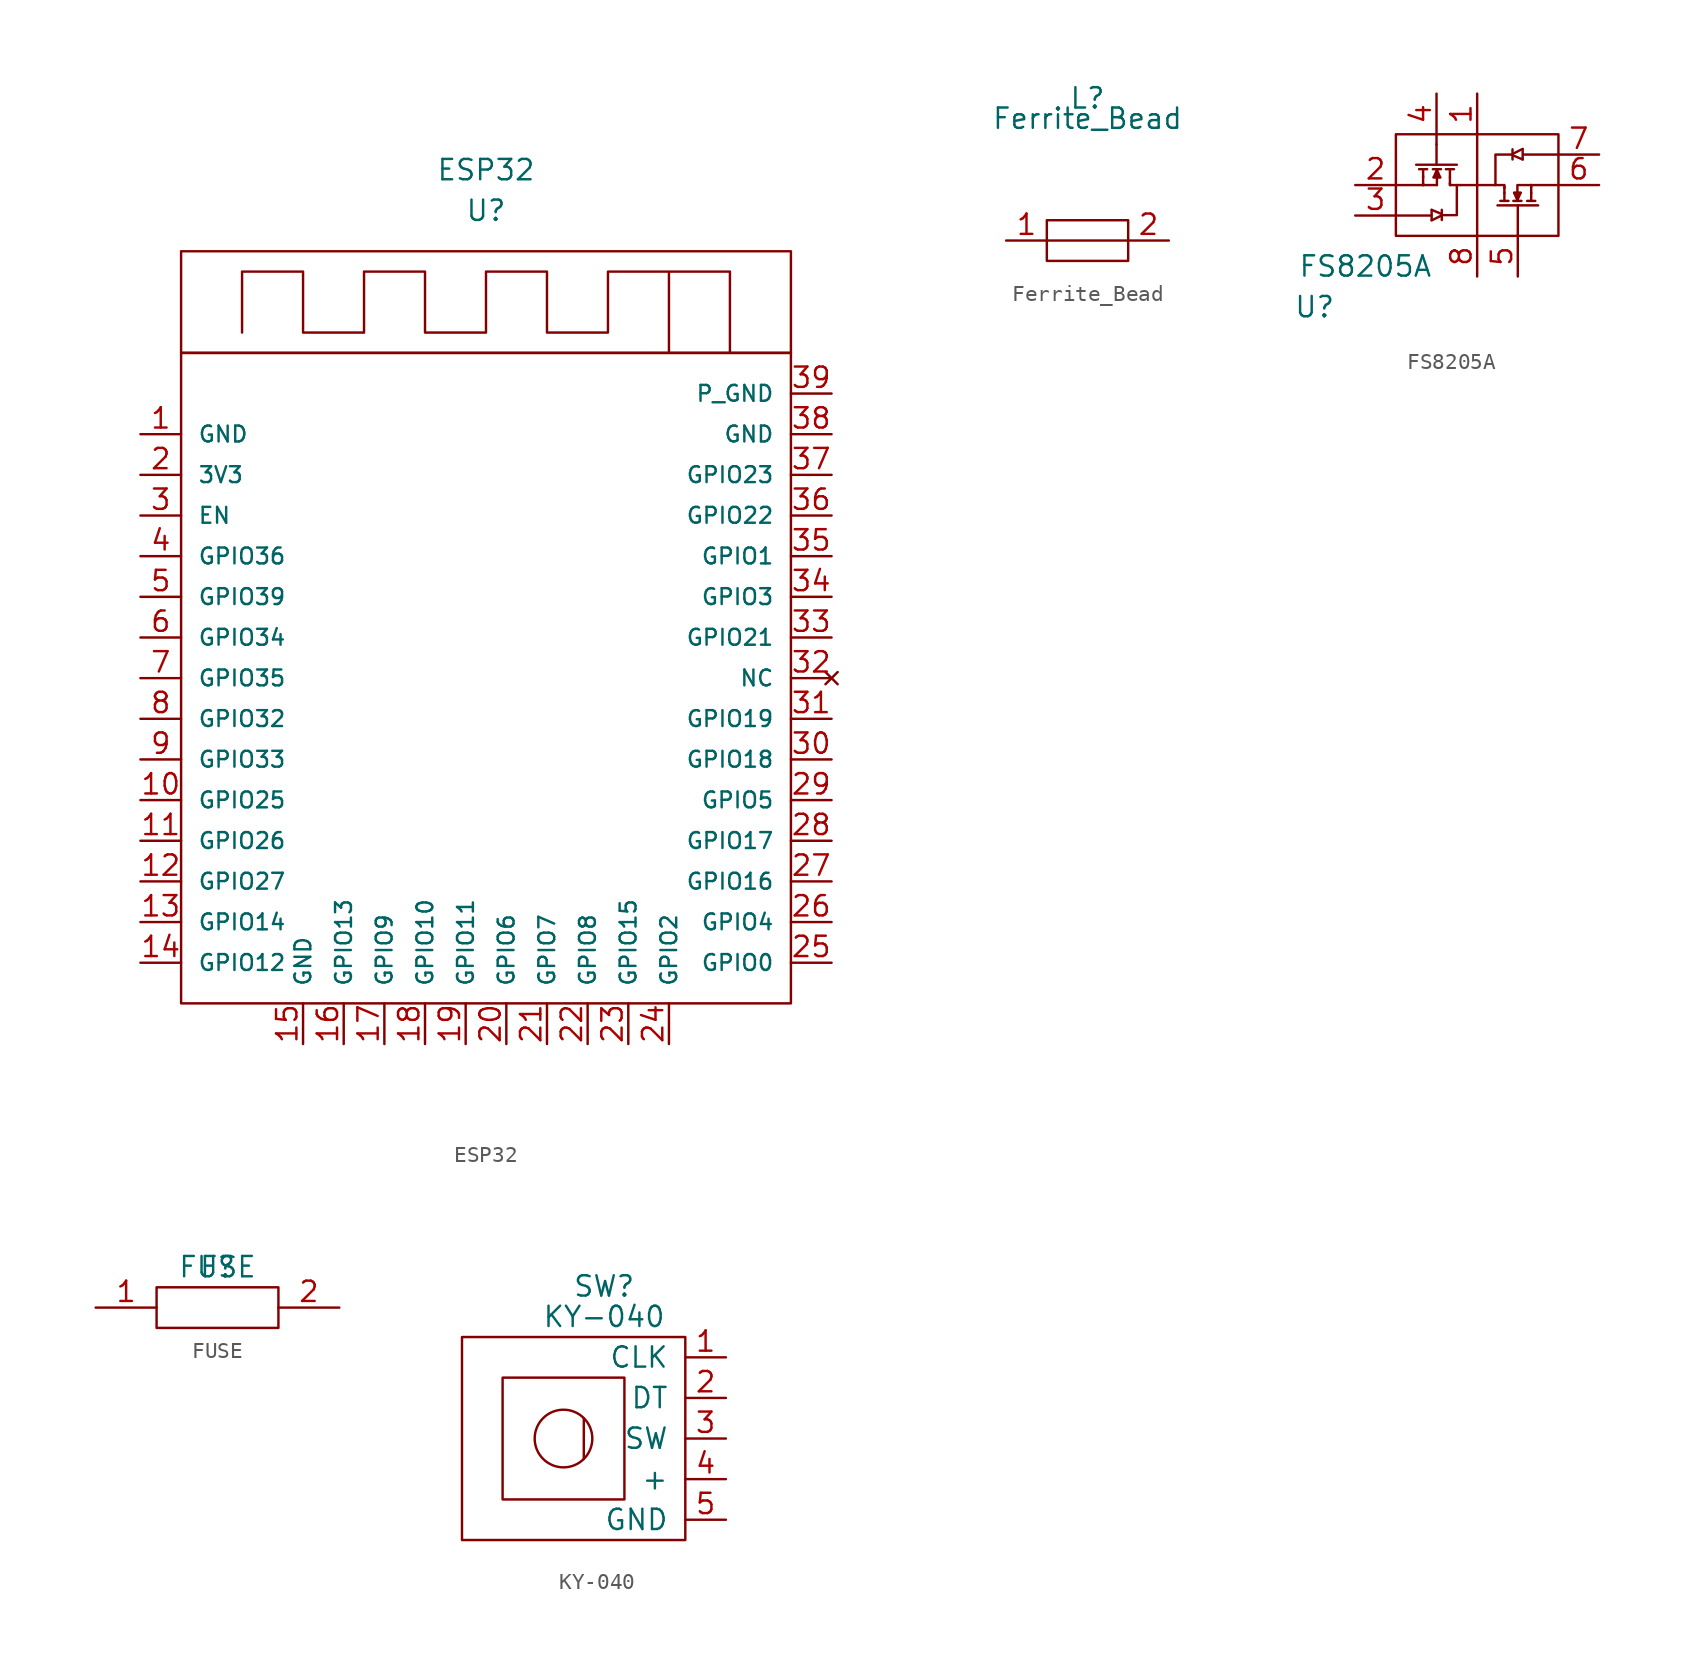
<source format=kicad_sym>
(kicad_symbol_lib
  (version 20231120)
  (generator "kicad_symbol_editor")
  (generator_version "8.0")
  (symbol "ESP32"
    (pin_names
      (offset 1.016))
    (property "Reference" "U"
      (at 0 27.94 0)
      (effects (font (size 1.27 1.27))))
    (property "Value" "ESP32"
      (at 0 30.48 0)
      (effects (font (size 1.27 1.27))))
    (symbol "ESP32_0_1"
      (rectangle (start -19.05 19.05) (end 19.05 -21.59) (stroke (width 0) (type default)) (fill (type none)))
      (rectangle (start -19.05 19.05) (end 19.05 25.4) (stroke (width 0) (type default)) (fill (type none)))
      (polyline (pts (xy 15.24 19.05) (xy 15.24 24.13) (xy 11.43 24.13) (xy 11.43 19.05) (xy 11.43 24.13) (xy 7.62 24.13) (xy 7.62 20.32) (xy 3.81 20.32) (xy 3.81 24.13) (xy 0 24.13) (xy 0 20.32) (xy -3.81 20.32) (xy -3.81 24.13) (xy -7.62 24.13) (xy -7.62 20.32) (xy -11.43 20.32) (xy -11.43 24.13) (xy -15.24 24.13) (xy -15.24 20.32)) (stroke (width 0) (type default)) (fill (type none))))
    (symbol "ESP32_1_1"
      (pin bidirectional line (at -21.59 13.97 0) (length 2.54) (name "GND" (effects (font (size 0.991 0.991)))) (number "1" (effects (font (size 1.27 1.27)))))
      (pin bidirectional line (at -21.59 -8.89 0) (length 2.54) (name "GPIO25" (effects (font (size 0.991 0.991)))) (number "10" (effects (font (size 1.27 1.27)))))
      (pin bidirectional line (at -21.59 -11.43 0) (length 2.54) (name "GPIO26" (effects (font (size 0.991 0.991)))) (number "11" (effects (font (size 1.27 1.27)))))
      (pin bidirectional line (at -21.59 -13.97 0) (length 2.54) (name "GPIO27" (effects (font (size 0.991 0.991)))) (number "12" (effects (font (size 1.27 1.27)))))
      (pin bidirectional line (at -21.59 -16.51 0) (length 2.54) (name "GPIO14" (effects (font (size 0.991 0.991)))) (number "13" (effects (font (size 1.27 1.27)))))
      (pin bidirectional line (at -21.59 -19.05 0) (length 2.54) (name "GPIO12" (effects (font (size 0.991 0.991)))) (number "14" (effects (font (size 1.27 1.27)))))
      (pin bidirectional line (at -11.43 -24.13 90) (length 2.54) (name "GND" (effects (font (size 0.991 0.991)))) (number "15" (effects (font (size 1.27 1.27)))))
      (pin bidirectional line (at -8.89 -24.13 90) (length 2.54) (name "GPIO13" (effects (font (size 0.991 0.991)))) (number "16" (effects (font (size 1.27 1.27)))))
      (pin bidirectional line (at -6.35 -24.13 90) (length 2.54) (name "GPIO9" (effects (font (size 0.991 0.991)))) (number "17" (effects (font (size 1.27 1.27)))))
      (pin bidirectional line (at -3.81 -24.13 90) (length 2.54) (name "GPIO10" (effects (font (size 0.991 0.991)))) (number "18" (effects (font (size 1.27 1.27)))))
      (pin bidirectional line (at -1.27 -24.13 90) (length 2.54) (name "GPIO11" (effects (font (size 0.991 0.991)))) (number "19" (effects (font (size 1.27 1.27)))))
      (pin bidirectional line (at -21.59 11.43 0) (length 2.54) (name "3V3" (effects (font (size 0.991 0.991)))) (number "2" (effects (font (size 1.27 1.27)))))
      (pin bidirectional line (at 1.27 -24.13 90) (length 2.54) (name "GPIO6" (effects (font (size 0.991 0.991)))) (number "20" (effects (font (size 1.27 1.27)))))
      (pin bidirectional line (at 3.81 -24.13 90) (length 2.54) (name "GPIO7" (effects (font (size 0.991 0.991)))) (number "21" (effects (font (size 1.27 1.27)))))
      (pin bidirectional line (at 6.35 -24.13 90) (length 2.54) (name "GPIO8" (effects (font (size 0.991 0.991)))) (number "22" (effects (font (size 1.27 1.27)))))
      (pin bidirectional line (at 8.89 -24.13 90) (length 2.54) (name "GPIO15" (effects (font (size 0.991 0.991)))) (number "23" (effects (font (size 1.27 1.27)))))
      (pin bidirectional line (at 11.43 -24.13 90) (length 2.54) (name "GPIO2" (effects (font (size 0.991 0.991)))) (number "24" (effects (font (size 1.27 1.27)))))
      (pin bidirectional line (at 21.59 -19.05 180) (length 2.54) (name "GPIO0" (effects (font (size 0.991 0.991)))) (number "25" (effects (font (size 1.27 1.27)))))
      (pin bidirectional line (at 21.59 -16.51 180) (length 2.54) (name "GPIO4" (effects (font (size 0.991 0.991)))) (number "26" (effects (font (size 1.27 1.27)))))
      (pin bidirectional line (at 21.59 -13.97 180) (length 2.54) (name "GPIO16" (effects (font (size 0.991 0.991)))) (number "27" (effects (font (size 1.27 1.27)))))
      (pin bidirectional line (at 21.59 -11.43 180) (length 2.54) (name "GPIO17" (effects (font (size 0.991 0.991)))) (number "28" (effects (font (size 1.27 1.27)))))
      (pin bidirectional line (at 21.59 -8.89 180) (length 2.54) (name "GPIO5" (effects (font (size 0.991 0.991)))) (number "29" (effects (font (size 1.27 1.27)))))
      (pin bidirectional line (at -21.59 8.89 0) (length 2.54) (name "EN" (effects (font (size 0.991 0.991)))) (number "3" (effects (font (size 1.27 1.27)))))
      (pin bidirectional line (at 21.59 -6.35 180) (length 2.54) (name "GPIO18" (effects (font (size 0.991 0.991)))) (number "30" (effects (font (size 1.27 1.27)))))
      (pin bidirectional line (at 21.59 -3.81 180) (length 2.54) (name "GPIO19" (effects (font (size 0.991 0.991)))) (number "31" (effects (font (size 1.27 1.27)))))
      (pin no_connect line (at 21.59 -1.27 180) (length 2.54) (name "NC" (effects (font (size 0.991 0.991)))) (number "32" (effects (font (size 1.27 1.27)))))
      (pin bidirectional line (at 21.59 1.27 180) (length 2.54) (name "GPIO21" (effects (font (size 0.991 0.991)))) (number "33" (effects (font (size 1.27 1.27)))))
      (pin input line (at 21.59 3.81 180) (length 2.54) (name "GPIO3" (effects (font (size 0.991 0.991)))) (number "34" (effects (font (size 1.27 1.27)))))
      (pin output line (at 21.59 6.35 180) (length 2.54) (name "GPIO1" (effects (font (size 0.991 0.991)))) (number "35" (effects (font (size 1.27 1.27)))))
      (pin bidirectional line (at 21.59 8.89 180) (length 2.54) (name "GPIO22" (effects (font (size 0.991 0.991)))) (number "36" (effects (font (size 1.27 1.27)))))
      (pin bidirectional line (at 21.59 11.43 180) (length 2.54) (name "GPIO23" (effects (font (size 0.991 0.991)))) (number "37" (effects (font (size 1.27 1.27)))))
      (pin bidirectional line (at 21.59 13.97 180) (length 2.54) (name "GND" (effects (font (size 0.991 0.991)))) (number "38" (effects (font (size 1.27 1.27)))))
      (pin bidirectional line (at 21.59 16.51 180) (length 2.54) (name "P_GND" (effects (font (size 0.991 0.991)))) (number "39" (effects (font (size 1.27 1.27)))))
      (pin input line (at -21.59 6.35 0) (length 2.54) (name "GPIO36" (effects (font (size 0.991 0.991)))) (number "4" (effects (font (size 1.27 1.27)))))
      (pin input line (at -21.59 3.81 0) (length 2.54) (name "GPIO39" (effects (font (size 0.991 0.991)))) (number "5" (effects (font (size 1.27 1.27)))))
      (pin input line (at -21.59 1.27 0) (length 2.54) (name "GPIO34" (effects (font (size 0.991 0.991)))) (number "6" (effects (font (size 1.27 1.27)))))
      (pin input line (at -21.59 -1.27 0) (length 2.54) (name "GPIO35" (effects (font (size 0.991 0.991)))) (number "7" (effects (font (size 1.27 1.27)))))
      (pin bidirectional line (at -21.59 -3.81 0) (length 2.54) (name "GPIO32" (effects (font (size 0.991 0.991)))) (number "8" (effects (font (size 1.27 1.27)))))
      (pin bidirectional line (at -21.59 -6.35 0) (length 2.54) (name "GPIO33" (effects (font (size 0.991 0.991)))) (number "9" (effects (font (size 1.27 1.27)))))))
  (symbol "Ferrite_Bead"
    (pin_names
      (offset 1.016))
    (property "Reference" "L"
      (at 0 8.89 0)
      (effects (font (size 1.27 1.27))))
    (property "Value" "Ferrite_Bead"
      (at 0 7.62 0)
      (effects (font (size 1.27 1.27))))
    (symbol "Ferrite_Bead_0_1"
      (rectangle (start -2.54 1.27) (end 2.54 -1.27) (stroke (width 0) (type default)) (fill (type none)))
      (polyline (pts (xy -2.54 0) (xy 2.54 0)) (stroke (width 0) (type default)) (fill (type none))))
    (symbol "Ferrite_Bead_1_1"
      (pin input line (at -5.08 0 0) (length 2.54) (name "~" (effects (font (size 1.27 1.27)))) (number "1" (effects (font (size 1.27 1.27)))))
      (pin input line (at 5.08 0 180) (length 2.54) (name "~" (effects (font (size 1.27 1.27)))) (number "2" (effects (font (size 1.27 1.27)))))))
  (symbol "FS8205A"
    (pin_names
      (offset 1.016))
    (property "Reference" "U"
      (at -10.16 -7.62 0)
      (effects (font (size 1.27 1.27))))
    (property "Value" "FS8205A"
      (at -6.985 -5.08 0)
      (effects (font (size 1.27 1.27))))
    (symbol "FS8205A_0_1"
      (rectangle (start -5.08 3.175) (end 5.08 -3.175) (stroke (width 0) (type solid)) (fill (type none)))
      (rectangle (start -2.845 -2.184) (end -2.845 -1.549) (stroke (width 0) (type solid)) (fill (type none)))
      (rectangle (start -2.21 -2.184) (end -2.21 -1.549) (stroke (width 0) (type solid)) (fill (type none)))
      (polyline (pts (xy -5.08 -1.905) (xy -2.87 -1.905)) (stroke (width 0) (type solid)) (fill (type none)))
      (polyline (pts (xy -3.81 1.27) (xy -1.27 1.27)) (stroke (width 0) (type solid)) (fill (type none)))
      (polyline (pts (xy -3.632 0.991) (xy -3.124 0.991)) (stroke (width 0) (type solid)) (fill (type none)))
      (polyline (pts (xy -3.378 0) (xy -3.378 0.559)) (stroke (width 0) (type solid)) (fill (type none)))
      (polyline (pts (xy -3.378 0.991) (xy -3.378 0.483)) (stroke (width 0) (type solid)) (fill (type none)))
      (polyline (pts (xy -2.845 -2.21) (xy -2.235 -1.905)) (stroke (width 0) (type solid)) (fill (type none)))
      (polyline (pts (xy -2.845 -1.549) (xy -2.235 -1.803)) (stroke (width 0) (type solid)) (fill (type none)))
      (polyline (pts (xy -2.769 0.991) (xy -2.261 0.991)) (stroke (width 0) (type solid)) (fill (type none)))
      (polyline (pts (xy -2.718 0.483) (xy -2.311 0.483)) (stroke (width 0) (type solid)) (fill (type none)))
      (polyline (pts (xy -2.616 0.483) (xy -2.565 0.635)) (stroke (width 0) (type solid)) (fill (type none)))
      (polyline (pts (xy -2.54 1.27) (xy -2.54 2.54)) (stroke (width 0) (type solid)) (fill (type none)))
      (polyline (pts (xy -2.54 2.54) (xy -2.54 3.175)) (stroke (width 0) (type solid)) (fill (type none)))
      (polyline (pts (xy -2.515 0) (xy -3.404 0)) (stroke (width 0) (type solid)) (fill (type none)))
      (polyline (pts (xy -2.515 0.94) (xy -2.718 0.483)) (stroke (width 0) (type solid)) (fill (type none)))
      (polyline (pts (xy -2.515 0.94) (xy -2.311 0.483)) (stroke (width 0) (type solid)) (fill (type none)))
      (polyline (pts (xy -2.515 0.991) (xy -2.515 0)) (stroke (width 0) (type solid)) (fill (type none)))
      (polyline (pts (xy -2.413 0.483) (xy -2.464 0.686)) (stroke (width 0) (type solid)) (fill (type none)))
      (polyline (pts (xy -1.956 0.991) (xy -1.448 0.991)) (stroke (width 0) (type solid)) (fill (type none)))
      (polyline (pts (xy -1.702 0) (xy -1.041 0)) (stroke (width 0) (type solid)) (fill (type none)))
      (polyline (pts (xy -1.702 0.483) (xy -1.702 0.076)) (stroke (width 0) (type solid)) (fill (type none)))
      (polyline (pts (xy -1.702 0.991) (xy -1.702 0.483)) (stroke (width 0) (type solid)) (fill (type none)))
      (polyline (pts (xy 0 -3.175) (xy 0 0)) (stroke (width 0) (type solid)) (fill (type none)))
      (polyline (pts (xy 0 3.175) (xy 0 0)) (stroke (width 0) (type solid)) (fill (type none)))
      (polyline (pts (xy 2.54 -3.175) (xy 2.54 -1.27)) (stroke (width 0) (type solid)) (fill (type none)))
      (polyline (pts (xy 2.845 1.6) (xy 2.235 1.854)) (stroke (width 0) (type solid)) (fill (type none)))
      (polyline (pts (xy 2.845 2.261) (xy 2.235 1.956)) (stroke (width 0) (type solid)) (fill (type none)))
      (polyline (pts (xy 3.378 -0.508) (xy 3.378 0)) (stroke (width 0) (type solid)) (fill (type none)))
      (polyline (pts (xy 5.105 1.905) (xy 2.87 1.905)) (stroke (width 0) (type solid)) (fill (type none)))
      (polyline (pts (xy -5.08 0) (xy -3.378 0) (xy -3.378 0.076)) (stroke (width 0) (type solid)) (fill (type none)))
      (polyline (pts (xy -2.21 -1.88) (xy -1.27 -1.88) (xy -1.27 0)) (stroke (width 0) (type solid)) (fill (type none)))
      (polyline (pts (xy -1.676 0) (xy -1.702 0) (xy -1.702 0.127)) (stroke (width 0) (type solid)) (fill (type none)))
      (polyline (pts (xy -1.041 0) (xy 1.702 0) (xy 1.702 -0.203)) (stroke (width 0) (type solid)) (fill (type none)))
      (polyline (pts (xy 1.143 0) (xy 1.143 1.905) (xy 2.21 1.905)) (stroke (width 0) (type solid)) (fill (type none)))
      (polyline (pts (xy 2.515 -0.991) (xy 2.515 0) (xy 3.378 0)) (stroke (width 0) (type solid)) (fill (type none)))
      (polyline (pts (xy 5.08 0) (xy 3.378 0) (xy 3.378 -0.102)) (stroke (width 0) (type solid)) (fill (type none)))
      (rectangle (start 2.21 2.235) (end 2.21 1.6) (stroke (width 0) (type solid)) (fill (type none)))
      (rectangle (start 2.845 2.235) (end 2.845 1.6) (stroke (width 0) (type solid)) (fill (type none))))
    (symbol "FS8205A_1_1"
      (polyline (pts (xy 1.702 -0.991) (xy 1.702 -0.483)) (stroke (width 0) (type solid)) (fill (type none)))
      (polyline (pts (xy 1.702 -0.483) (xy 1.702 -0.076)) (stroke (width 0) (type solid)) (fill (type none)))
      (polyline (pts (xy 1.956 -0.991) (xy 1.448 -0.991)) (stroke (width 0) (type solid)) (fill (type none)))
      (polyline (pts (xy 2.413 -0.483) (xy 2.464 -0.686)) (stroke (width 0) (type solid)) (fill (type none)))
      (polyline (pts (xy 2.515 -0.94) (xy 2.311 -0.483)) (stroke (width 0) (type solid)) (fill (type none)))
      (polyline (pts (xy 2.515 -0.94) (xy 2.718 -0.483)) (stroke (width 0) (type solid)) (fill (type none)))
      (polyline (pts (xy 2.616 -0.483) (xy 2.565 -0.635)) (stroke (width 0) (type solid)) (fill (type none)))
      (polyline (pts (xy 2.718 -0.483) (xy 2.311 -0.483)) (stroke (width 0) (type solid)) (fill (type none)))
      (polyline (pts (xy 2.769 -0.991) (xy 2.261 -0.991)) (stroke (width 0) (type solid)) (fill (type none)))
      (polyline (pts (xy 3.378 -0.991) (xy 3.378 -0.483)) (stroke (width 0) (type solid)) (fill (type none)))
      (polyline (pts (xy 3.632 -0.991) (xy 3.124 -0.991)) (stroke (width 0) (type solid)) (fill (type none)))
      (polyline (pts (xy 3.81 -1.27) (xy 1.27 -1.27)) (stroke (width 0) (type solid)) (fill (type none)))
      (pin passive line (at 0 5.715 270) (length 2.54) (name "~" (effects (font (size 0.762 0.762)))) (number "1" (effects (font (size 1.27 1.27)))))
      (pin passive line (at -7.62 0 0) (length 2.54) (name "~" (effects (font (size 0.762 0.762)))) (number "2" (effects (font (size 1.27 1.27)))))
      (pin passive line (at -7.62 -1.905 0) (length 2.54) (name "~" (effects (font (size 0.762 0.762)))) (number "3" (effects (font (size 1.27 1.27)))))
      (pin passive line (at -2.54 5.715 270) (length 2.54) (name "~" (effects (font (size 0.762 0.762)))) (number "4" (effects (font (size 1.27 1.27)))))
      (pin passive line (at 2.54 -5.715 90) (length 2.54) (name "~" (effects (font (size 0.762 0.762)))) (number "5" (effects (font (size 1.27 1.27)))))
      (pin passive line (at 7.62 0 180) (length 2.54) (name "~" (effects (font (size 0.762 0.762)))) (number "6" (effects (font (size 1.27 1.27)))))
      (pin passive line (at 7.62 1.905 180) (length 2.54) (name "~" (effects (font (size 0.762 0.762)))) (number "7" (effects (font (size 1.27 1.27)))))
      (pin passive line (at 0 -5.715 90) (length 2.54) (name "~" (effects (font (size 0.762 0.762)))) (number "8" (effects (font (size 1.27 1.27)))))))
  (symbol "FUSE"
    (pin_names
      (offset 1.016))
    (property "Reference" "F"
      (at 0 2.54 0)
      (effects (font (size 1.27 1.27))))
    (property "Value" "FUSE"
      (at 0 2.54 0)
      (effects (font (size 1.27 1.27))))
    (symbol "FUSE_0_1"
      (rectangle (start -3.81 1.27) (end 3.81 -1.27) (stroke (width 0) (type default)) (fill (type none))))
    (symbol "FUSE_1_1"
      (pin passive line (at -7.62 0 0) (length 3.81) (name "~" (effects (font (size 1.27 1.27)))) (number "1" (effects (font (size 1.27 1.27)))))
      (pin passive line (at 7.62 0 180) (length 3.81) (name "~" (effects (font (size 1.27 1.27)))) (number "2" (effects (font (size 1.27 1.27)))))))
  (symbol "KY-040"
    (pin_names
      (offset 1.016))
    (property "Reference" "SW"
      (at 2.54 9.525 0)
      (effects (font (size 1.27 1.27))))
    (property "Value" "KY-040"
      (at 2.54 7.62 0)
      (effects (font (size 1.27 1.27))))
    (symbol "KY-040_0_1"
      (rectangle (start -6.35 6.35) (end 7.62 -6.35) (stroke (width 0) (type default)) (fill (type none)))
      (rectangle (start -3.81 3.81) (end 3.81 -3.81) (stroke (width 0) (type default)) (fill (type none)))
      (polyline (pts (xy 1.27 -1.27) (xy 1.27 1.27)) (stroke (width 0) (type default)) (fill (type none)))
      (circle (center 0 0) (radius 1.803) (stroke (width 0) (type default)) (fill (type none))))
    (symbol "KY-040_1_1"
      (pin input line (at 10.16 5.08 180) (length 2.54) (name "CLK" (effects (font (size 1.27 1.27)))) (number "1" (effects (font (size 1.27 1.27)))))
      (pin input line (at 10.16 2.54 180) (length 2.54) (name "DT" (effects (font (size 1.27 1.27)))) (number "2" (effects (font (size 1.27 1.27)))))
      (pin input line (at 10.16 0 180) (length 2.54) (name "SW" (effects (font (size 1.27 1.27)))) (number "3" (effects (font (size 1.27 1.27)))))
      (pin input line (at 10.16 -2.54 180) (length 2.54) (name "+" (effects (font (size 1.27 1.27)))) (number "4" (effects (font (size 1.27 1.27)))))
      (pin input line (at 10.16 -5.08 180) (length 2.54) (name "GND" (effects (font (size 1.27 1.27)))) (number "5" (effects (font (size 1.27 1.27))))))))
</source>
